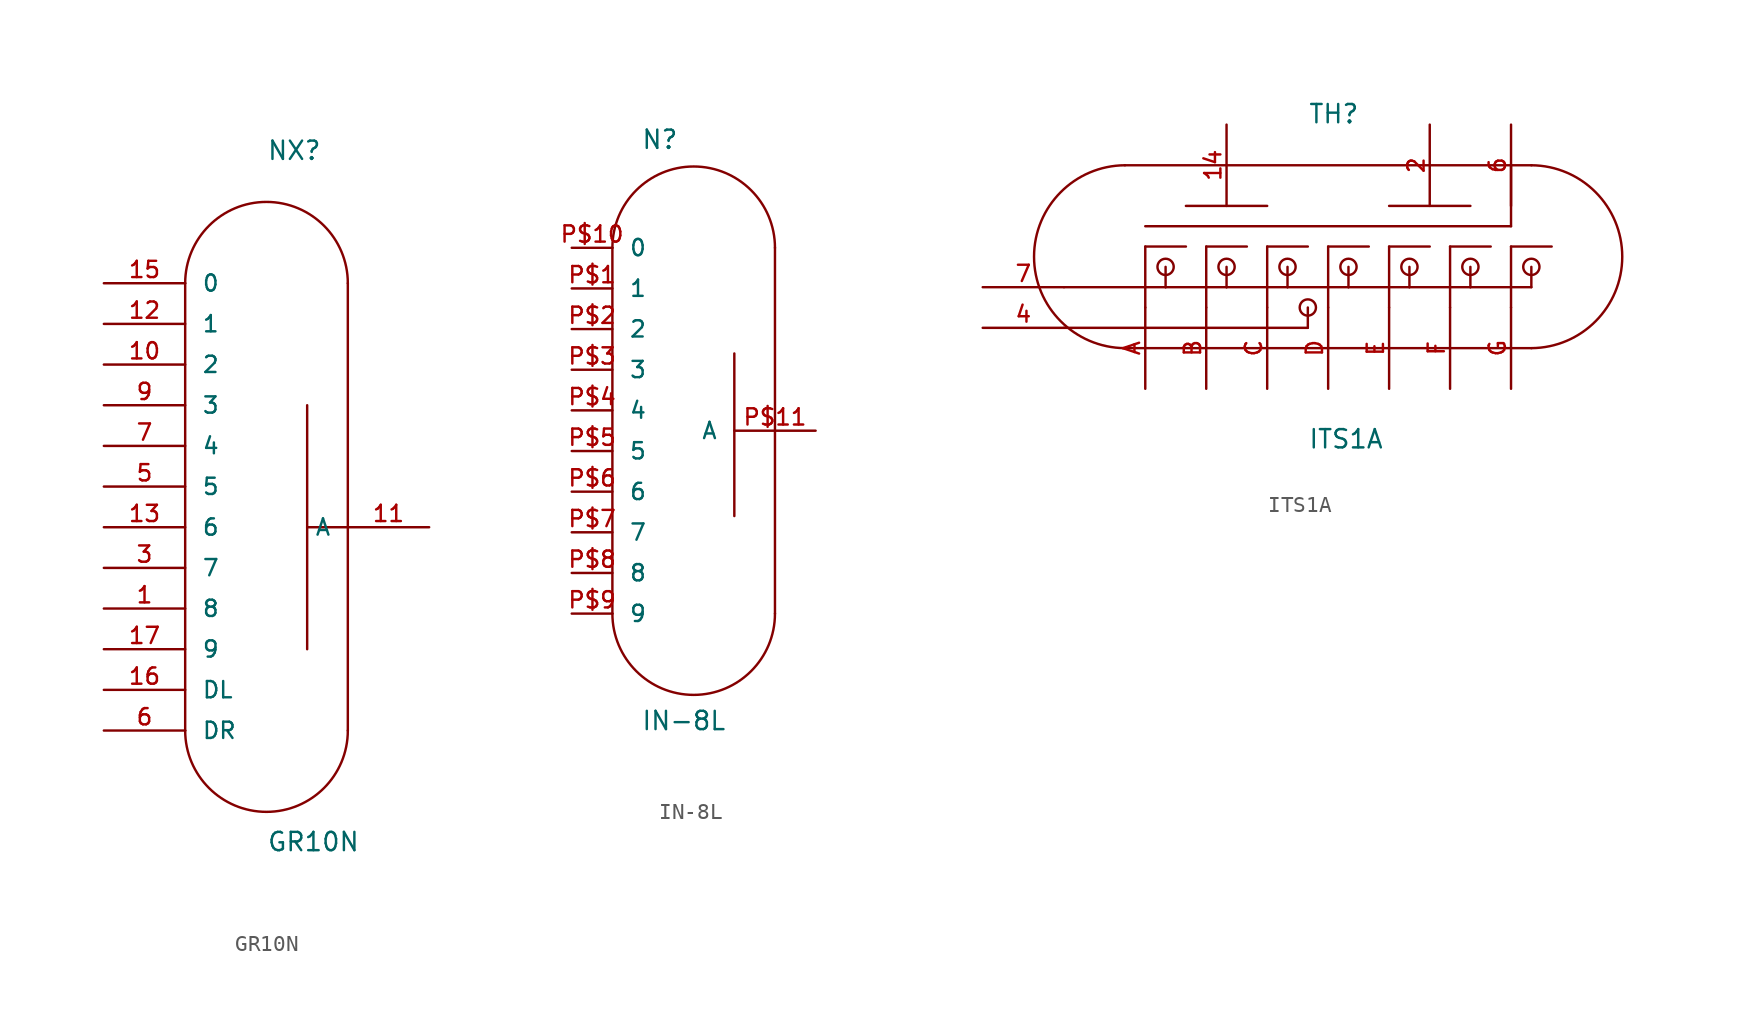
<source format=kicad_sym>
(kicad_symbol_lib
  (version 20211014)
  (generator kicad_symbol_editor)
  (symbol "GR10N"
    (pin_names
      (offset 1.016))
    (property "Reference" "NX"
      (at 0 22.86 0)
      (effects (font (size 1.143 1.143)) (justify left bottom)))
    (property "Value" "GR10N"
      (at 0 -20.32 0)
      (effects (font (size 1.143 1.143)) (justify left bottom)))
    (property "ki_locked" ""
      (at 0 0 0)
      (effects (font (size 1.27 1.27))))
    (symbol "GR10N_1_0"
      (polyline (pts (xy -5.08 15.24) (xy -5.08 -12.7)) (stroke (width 0) (type default) (color 0 0 0 0)) (fill (type none)))
      (polyline (pts (xy 2.54 -7.62) (xy 2.54 7.62)) (stroke (width 0) (type default) (color 0 0 0 0)) (fill (type none)))
      (polyline (pts (xy 5.08 0) (xy 2.54 0)) (stroke (width 0) (type default) (color 0 0 0 0)) (fill (type none)))
      (polyline (pts (xy 5.08 15.24) (xy 5.08 -12.7)) (stroke (width 0) (type default) (color 0 0 0 0)) (fill (type none))))
    (symbol "GR10N_1_1"
      (arc (start -5.08 -12.7) (mid 0 -17.78) (end 5.08 -12.7) (stroke (width 0) (type default) (color 0 0 0 0)) (fill (type none)))
      (arc (start 5.08 15.24) (mid 0 20.32) (end -5.08 15.24) (stroke (width 0) (type default) (color 0 0 0 0)) (fill (type none)))
      (pin passive line (at -10.16 -5.08 0) (length 5.08) (name "8" (effects (font (size 1.016 1.016)))) (number "1" (effects (font (size 1.016 1.016)))))
      (pin passive line (at -10.16 10.16 0) (length 5.08) (name "2" (effects (font (size 1.016 1.016)))) (number "10" (effects (font (size 1.016 1.016)))))
      (pin passive line (at 10.16 0 180) (length 5.08) (name "A" (effects (font (size 1.016 1.016)))) (number "11" (effects (font (size 1.016 1.016)))))
      (pin passive line (at -10.16 12.7 0) (length 5.08) (name "1" (effects (font (size 1.016 1.016)))) (number "12" (effects (font (size 1.016 1.016)))))
      (pin passive line (at -10.16 0 0) (length 5.08) (name "6" (effects (font (size 1.016 1.016)))) (number "13" (effects (font (size 1.016 1.016)))))
      (pin passive line (at -10.16 15.24 0) (length 5.08) (name "0" (effects (font (size 1.016 1.016)))) (number "15" (effects (font (size 1.016 1.016)))))
      (pin passive line (at -10.16 -10.16 0) (length 5.08) (name "DL" (effects (font (size 1.016 1.016)))) (number "16" (effects (font (size 1.016 1.016)))))
      (pin passive line (at -10.16 -7.62 0) (length 5.08) (name "9" (effects (font (size 1.016 1.016)))) (number "17" (effects (font (size 1.016 1.016)))))
      (pin passive line (at -10.16 -2.54 0) (length 5.08) (name "7" (effects (font (size 1.016 1.016)))) (number "3" (effects (font (size 1.016 1.016)))))
      (pin passive line (at -10.16 2.54 0) (length 5.08) (name "5" (effects (font (size 1.016 1.016)))) (number "5" (effects (font (size 1.016 1.016)))))
      (pin passive line (at -10.16 -12.7 0) (length 5.08) (name "DR" (effects (font (size 1.016 1.016)))) (number "6" (effects (font (size 1.016 1.016)))))
      (pin passive line (at -10.16 5.08 0) (length 5.08) (name "4" (effects (font (size 1.016 1.016)))) (number "7" (effects (font (size 1.016 1.016)))))
      (pin passive line (at -10.16 7.62 0) (length 5.08) (name "3" (effects (font (size 1.016 1.016)))) (number "9" (effects (font (size 1.016 1.016)))))))
  (symbol "IN-8L"
    (pin_names
      (offset 1.016))
    (property "Reference" "N"
      (at -38.862 41.656 0)
      (effects (font (size 1.143 1.143)) (justify left bottom)))
    (property "Value" "IN-8L"
      (at -38.862 5.334 0)
      (effects (font (size 1.143 1.143)) (justify left bottom)))
    (property "ki_locked" ""
      (at 0 0 0)
      (effects (font (size 1.27 1.27))))
    (symbol "IN-8L_1_0"
      (polyline (pts (xy -40.64 35.56) (xy -40.64 12.7)) (stroke (width 0) (type default) (color 0 0 0 0)) (fill (type none)))
      (polyline (pts (xy -33.02 28.956) (xy -33.02 18.796)) (stroke (width 0) (type default) (color 0 0 0 0)) (fill (type none)))
      (polyline (pts (xy -30.48 35.56) (xy -30.48 12.7)) (stroke (width 0) (type default) (color 0 0 0 0)) (fill (type none))))
    (symbol "IN-8L_1_1"
      (arc (start -40.64 12.7) (mid -35.56 7.62) (end -30.48 12.7) (stroke (width 0) (type default) (color 0 0 0 0)) (fill (type none)))
      (arc (start -30.48 35.56) (mid -35.56 40.64) (end -40.64 35.56) (stroke (width 0) (type default) (color 0 0 0 0)) (fill (type none)))
      (pin passive line (at -43.18 33.02 0) (length 2.54) (name "1" (effects (font (size 1.016 1.016)))) (number "P$1" (effects (font (size 1.016 1.016)))))
      (pin passive line (at -43.18 35.56 0) (length 2.54) (name "0" (effects (font (size 1.016 1.016)))) (number "P$10" (effects (font (size 1.016 1.016)))))
      (pin passive line (at -27.94 24.13 180) (length 5.08) (name "A" (effects (font (size 1.016 1.016)))) (number "P$11" (effects (font (size 1.016 1.016)))))
      (pin passive line (at -43.18 30.48 0) (length 2.54) (name "2" (effects (font (size 1.016 1.016)))) (number "P$2" (effects (font (size 1.016 1.016)))))
      (pin passive line (at -43.18 27.94 0) (length 2.54) (name "3" (effects (font (size 1.016 1.016)))) (number "P$3" (effects (font (size 1.016 1.016)))))
      (pin passive line (at -43.18 25.4 0) (length 2.54) (name "4" (effects (font (size 1.016 1.016)))) (number "P$4" (effects (font (size 1.016 1.016)))))
      (pin passive line (at -43.18 22.86 0) (length 2.54) (name "5" (effects (font (size 1.016 1.016)))) (number "P$5" (effects (font (size 1.016 1.016)))))
      (pin passive line (at -43.18 20.32 0) (length 2.54) (name "6" (effects (font (size 1.016 1.016)))) (number "P$6" (effects (font (size 1.016 1.016)))))
      (pin passive line (at -43.18 17.78 0) (length 2.54) (name "7" (effects (font (size 1.016 1.016)))) (number "P$7" (effects (font (size 1.016 1.016)))))
      (pin passive line (at -43.18 15.24 0) (length 2.54) (name "8" (effects (font (size 1.016 1.016)))) (number "P$8" (effects (font (size 1.016 1.016)))))
      (pin passive line (at -43.18 12.7 0) (length 2.54) (name "9" (effects (font (size 1.016 1.016)))) (number "P$9" (effects (font (size 1.016 1.016)))))))
  (symbol "ITS1A"
    (pin_names
      (offset 1.016) hide)
    (property "Reference" "TH"
      (at -12.7 10.16 0)
      (effects (font (size 1.143 1.143)) (justify left bottom)))
    (property "Value" "ITS1A"
      (at -12.7 -10.16 0)
      (effects (font (size 1.143 1.143)) (justify left bottom)))
    (property "ki_locked" ""
      (at 0 0 0)
      (effects (font (size 1.27 1.27))))
    (symbol "ITS1A_1_0"
      (polyline (pts (xy -27.94 -2.54) (xy -12.7 -2.54)) (stroke (width 0) (type default) (color 0 0 0 0)) (fill (type none)))
      (polyline (pts (xy -27.94 0) (xy -22.86 0)) (stroke (width 0) (type default) (color 0 0 0 0)) (fill (type none)))
      (polyline (pts (xy -24.13 -3.81) (xy 1.27 -3.81)) (stroke (width 0) (type default) (color 0 0 0 0)) (fill (type none)))
      (polyline (pts (xy -22.86 0) (xy -22.86 -1.27)) (stroke (width 0) (type default) (color 0 0 0 0)) (fill (type none)))
      (polyline (pts (xy -22.86 0) (xy -22.86 2.54)) (stroke (width 0) (type default) (color 0 0 0 0)) (fill (type none)))
      (polyline (pts (xy -22.86 0) (xy -21.59 0)) (stroke (width 0) (type default) (color 0 0 0 0)) (fill (type none)))
      (polyline (pts (xy -22.86 2.54) (xy -20.32 2.54)) (stroke (width 0) (type default) (color 0 0 0 0)) (fill (type none)))
      (polyline (pts (xy -22.86 3.81) (xy 0 3.81)) (stroke (width 0) (type default) (color 0 0 0 0)) (fill (type none)))
      (polyline (pts (xy -21.59 0) (xy -21.59 1.27)) (stroke (width 0) (type default) (color 0 0 0 0)) (fill (type none)))
      (polyline (pts (xy -21.59 0) (xy -17.78 0)) (stroke (width 0) (type default) (color 0 0 0 0)) (fill (type none)))
      (polyline (pts (xy -20.32 5.08) (xy -15.24 5.08)) (stroke (width 0) (type default) (color 0 0 0 0)) (fill (type none)))
      (polyline (pts (xy -19.05 -1.27) (xy -19.05 2.54)) (stroke (width 0) (type default) (color 0 0 0 0)) (fill (type none)))
      (polyline (pts (xy -19.05 2.54) (xy -16.51 2.54)) (stroke (width 0) (type default) (color 0 0 0 0)) (fill (type none)))
      (polyline (pts (xy -17.78 0) (xy -17.78 1.27)) (stroke (width 0) (type default) (color 0 0 0 0)) (fill (type none)))
      (polyline (pts (xy -17.78 0) (xy -13.97 0)) (stroke (width 0) (type default) (color 0 0 0 0)) (fill (type none)))
      (polyline (pts (xy -15.24 -1.27) (xy -15.24 2.54)) (stroke (width 0) (type default) (color 0 0 0 0)) (fill (type none)))
      (polyline (pts (xy -15.24 2.54) (xy -12.7 2.54)) (stroke (width 0) (type default) (color 0 0 0 0)) (fill (type none)))
      (polyline (pts (xy -13.97 0) (xy -13.97 1.27)) (stroke (width 0) (type default) (color 0 0 0 0)) (fill (type none)))
      (polyline (pts (xy -13.97 0) (xy -10.16 0)) (stroke (width 0) (type default) (color 0 0 0 0)) (fill (type none)))
      (polyline (pts (xy -12.7 -2.54) (xy -12.7 -1.27)) (stroke (width 0) (type default) (color 0 0 0 0)) (fill (type none)))
      (polyline (pts (xy -11.43 -1.27) (xy -11.43 2.54)) (stroke (width 0) (type default) (color 0 0 0 0)) (fill (type none)))
      (polyline (pts (xy -11.43 2.54) (xy -8.89 2.54)) (stroke (width 0) (type default) (color 0 0 0 0)) (fill (type none)))
      (polyline (pts (xy -10.16 0) (xy -10.16 1.27)) (stroke (width 0) (type default) (color 0 0 0 0)) (fill (type none)))
      (polyline (pts (xy -10.16 0) (xy -6.35 0)) (stroke (width 0) (type default) (color 0 0 0 0)) (fill (type none)))
      (polyline (pts (xy -7.62 -1.27) (xy -7.62 2.54)) (stroke (width 0) (type default) (color 0 0 0 0)) (fill (type none)))
      (polyline (pts (xy -7.62 2.54) (xy -5.08 2.54)) (stroke (width 0) (type default) (color 0 0 0 0)) (fill (type none)))
      (polyline (pts (xy -7.62 5.08) (xy -2.54 5.08)) (stroke (width 0) (type default) (color 0 0 0 0)) (fill (type none)))
      (polyline (pts (xy -6.35 0) (xy -6.35 1.27)) (stroke (width 0) (type default) (color 0 0 0 0)) (fill (type none)))
      (polyline (pts (xy -6.35 0) (xy -2.54 0)) (stroke (width 0) (type default) (color 0 0 0 0)) (fill (type none)))
      (polyline (pts (xy -3.81 -1.27) (xy -3.81 2.54)) (stroke (width 0) (type default) (color 0 0 0 0)) (fill (type none)))
      (polyline (pts (xy -3.81 2.54) (xy -1.27 2.54)) (stroke (width 0) (type default) (color 0 0 0 0)) (fill (type none)))
      (polyline (pts (xy -2.54 0) (xy -2.54 1.27)) (stroke (width 0) (type default) (color 0 0 0 0)) (fill (type none)))
      (polyline (pts (xy -2.54 0) (xy 1.27 0)) (stroke (width 0) (type default) (color 0 0 0 0)) (fill (type none)))
      (polyline (pts (xy 0 -1.27) (xy 0 2.54)) (stroke (width 0) (type default) (color 0 0 0 0)) (fill (type none)))
      (polyline (pts (xy 0 2.54) (xy 2.54 2.54)) (stroke (width 0) (type default) (color 0 0 0 0)) (fill (type none)))
      (polyline (pts (xy 0 3.81) (xy 0 7.62)) (stroke (width 0) (type default) (color 0 0 0 0)) (fill (type none)))
      (polyline (pts (xy 0 7.62) (xy -24.13 7.62)) (stroke (width 0) (type default) (color 0 0 0 0)) (fill (type none)))
      (polyline (pts (xy 1.27 0) (xy 1.27 1.27)) (stroke (width 0) (type default) (color 0 0 0 0)) (fill (type none)))
      (polyline (pts (xy 1.27 7.62) (xy 0 7.62)) (stroke (width 0) (type default) (color 0 0 0 0)) (fill (type none))))
    (symbol "ITS1A_1_1"
      (arc (start -24.13 7.62) (mid -29.845 1.905) (end -24.13 -3.81) (stroke (width 0) (type default) (color 0 0 0 0)) (fill (type none)))
      (circle (center -21.59 1.27) (radius 0.508) (stroke (width 0) (type default) (color 0 0 0 0)) (fill (type none)))
      (circle (center -17.78 1.27) (radius 0.508) (stroke (width 0) (type default) (color 0 0 0 0)) (fill (type none)))
      (circle (center -13.97 1.27) (radius 0.508) (stroke (width 0) (type default) (color 0 0 0 0)) (fill (type none)))
      (circle (center -12.7 -1.27) (radius 0.508) (stroke (width 0) (type default) (color 0 0 0 0)) (fill (type none)))
      (circle (center -10.16 1.27) (radius 0.508) (stroke (width 0) (type default) (color 0 0 0 0)) (fill (type none)))
      (circle (center -6.35 1.27) (radius 0.508) (stroke (width 0) (type default) (color 0 0 0 0)) (fill (type none)))
      (circle (center -2.54 1.27) (radius 0.508) (stroke (width 0) (type default) (color 0 0 0 0)) (fill (type none)))
      (arc (start 1.27 -3.81) (mid 6.985 1.905) (end 1.27 7.62) (stroke (width 0) (type default) (color 0 0 0 0)) (fill (type none)))
      (circle (center 1.27 1.27) (radius 0.508) (stroke (width 0) (type default) (color 0 0 0 0)) (fill (type none)))
      (pin power_in line (at -17.78 10.16 270) (length 5.08) (name "14" (effects (font (size 1.016 1.016)))) (number "14" (effects (font (size 1.016 1.016)))))
      (pin power_in line (at -5.08 10.16 270) (length 5.08) (name "2" (effects (font (size 1.016 1.016)))) (number "2" (effects (font (size 1.016 1.016)))))
      (pin power_in line (at -33.02 -2.54 0) (length 5.08) (name "4" (effects (font (size 1.016 1.016)))) (number "4" (effects (font (size 1.016 1.016)))))
      (pin passive line (at 0 10.16 270) (length 5.08) (name "6" (effects (font (size 1.016 1.016)))) (number "6" (effects (font (size 1.016 1.016)))))
      (pin power_in line (at -33.02 0 0) (length 5.08) (name "7" (effects (font (size 1.016 1.016)))) (number "7" (effects (font (size 1.016 1.016)))))
      (pin passive line (at -22.86 -6.35 90) (length 5.08) (name "A" (effects (font (size 1.016 1.016)))) (number "A" (effects (font (size 1.016 1.016)))))
      (pin passive line (at -19.05 -6.35 90) (length 5.08) (name "B" (effects (font (size 1.016 1.016)))) (number "B" (effects (font (size 1.016 1.016)))))
      (pin passive line (at -15.24 -6.35 90) (length 5.08) (name "C" (effects (font (size 1.016 1.016)))) (number "C" (effects (font (size 1.016 1.016)))))
      (pin passive line (at -11.43 -6.35 90) (length 5.08) (name "D" (effects (font (size 1.016 1.016)))) (number "D" (effects (font (size 1.016 1.016)))))
      (pin passive line (at -7.62 -6.35 90) (length 5.08) (name "E" (effects (font (size 1.016 1.016)))) (number "E" (effects (font (size 1.016 1.016)))))
      (pin passive line (at -3.81 -6.35 90) (length 5.08) (name "F" (effects (font (size 1.016 1.016)))) (number "F" (effects (font (size 1.016 1.016)))))
      (pin passive line (at 0 -6.35 90) (length 5.08) (name "G" (effects (font (size 1.016 1.016)))) (number "G" (effects (font (size 1.016 1.016))))))))
</source>
